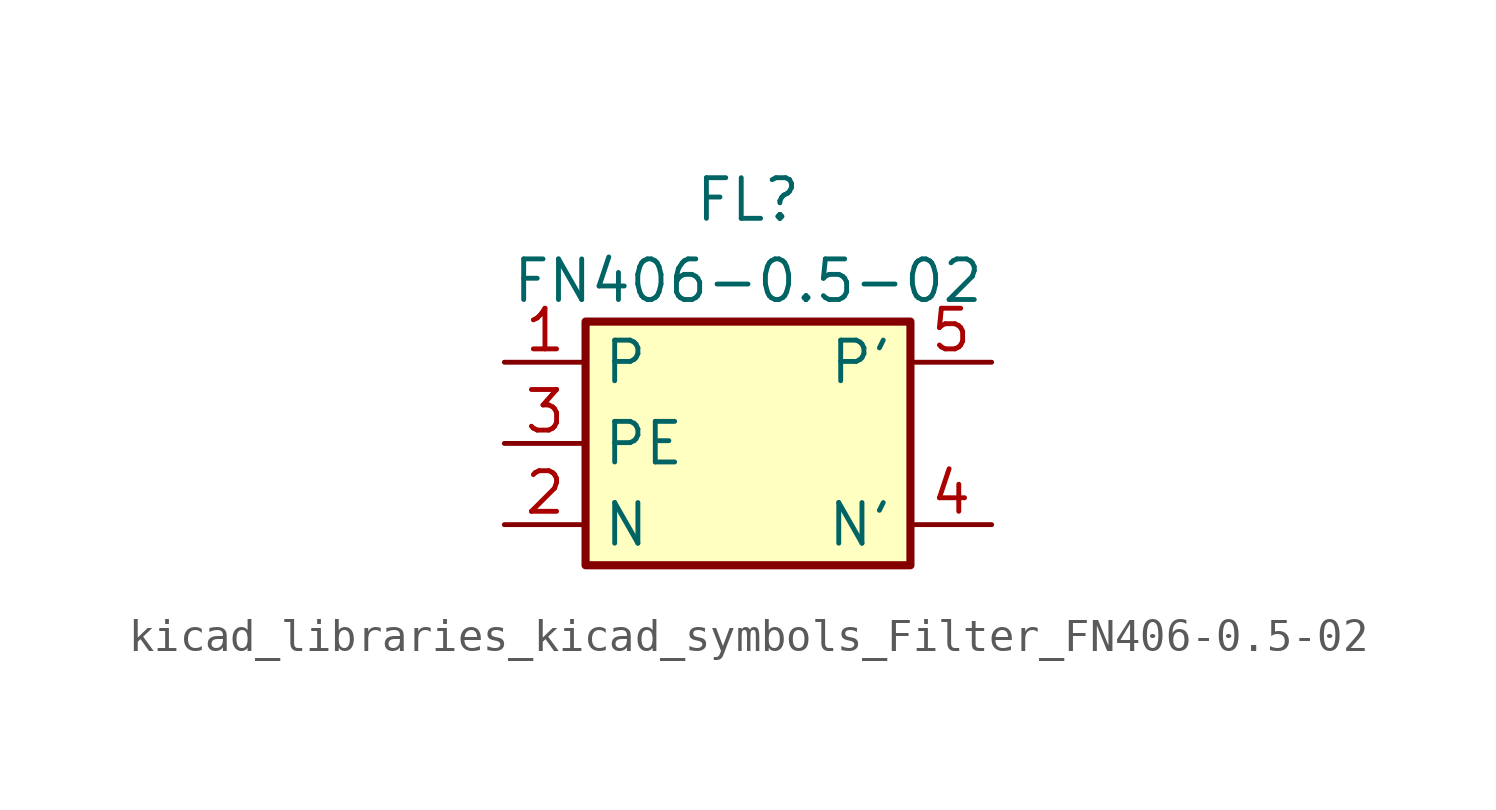
<source format=kicad_sym>
(kicad_symbol_lib
  (version 20220914)
  (generator kicad_symbol_editor)
  (symbol "kicad_libraries_kicad_symbols_Filter_FN406-0.5-02"
    (property "Reference" "FL"
      (at 0 7.62 0)
      (effects (font (size 1.27 1.27))))
    (property "Value" "FN406-0.5-02"
      (at 0 5.08 0)
      (effects (font (size 1.27 1.27))))
    (symbol "kicad_libraries_kicad_symbols_Filter_FN406-0.5-02_0_1"
      (rectangle (start -5.08 3.81) (end 5.08 -3.81) (stroke (width 0.254) (type default)) (fill (type background))))
    (symbol "kicad_libraries_kicad_symbols_Filter_FN406-0.5-02_1_1"
      (pin passive line (at -7.62 2.54 0) (length 2.54) (name "P" (effects (font (size 1.27 1.27)))) (number "1" (effects (font (size 1.27 1.27)))))
      (pin passive line (at -7.62 -2.54 0) (length 2.54) (name "N" (effects (font (size 1.27 1.27)))) (number "2" (effects (font (size 1.27 1.27)))))
      (pin passive line (at -7.62 0 0) (length 2.54) (name "PE" (effects (font (size 1.27 1.27)))) (number "3" (effects (font (size 1.27 1.27)))))
      (pin passive line (at 7.62 -2.54 180) (length 2.54) (name "N'" (effects (font (size 1.27 1.27)))) (number "4" (effects (font (size 1.27 1.27)))))
      (pin passive line (at 7.62 2.54 180) (length 2.54) (name "P'" (effects (font (size 1.27 1.27)))) (number "5" (effects (font (size 1.27 1.27))))))))
</source>
